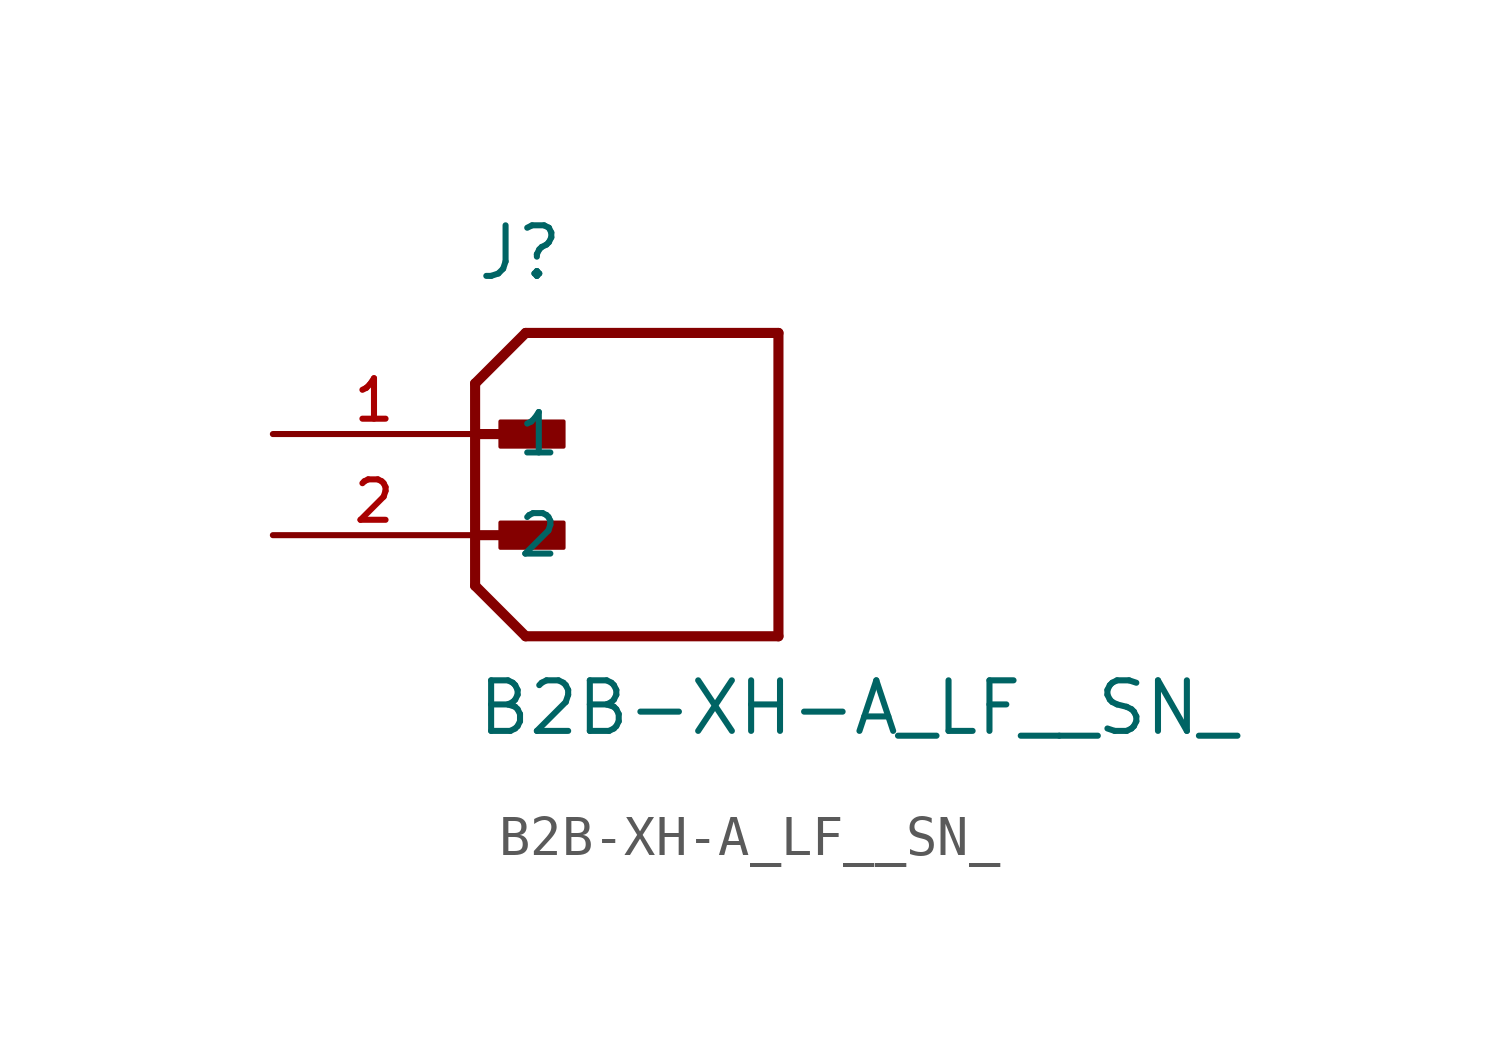
<source format=kicad_sym>
(kicad_symbol_lib
  (version 20211014)
  (generator kicad_symbol_editor)
  (symbol "B2B-XH-A_LF__SN_"
    (pin_names
      (offset 1.016))
    (property "Reference" "J"
      (at 0.0 6.35 0)
      (effects (font (size 1.27 1.27)) (justify bottom left)))
    (property "Value" "B2B-XH-A_LF__SN_"
      (at 0.0 -5.08 0)
      (effects (font (size 1.27 1.27)) (justify bottom left)))
    (symbol "B2B-XH-A_LF__SN__0_0"
      (polyline (pts (xy 0.0 3.81) (xy 1.27 5.08)) (stroke (width 0.254)))
      (polyline (pts (xy 0.0 3.81) (xy 0.0 2.54)) (stroke (width 0.254)))
      (polyline (pts (xy 0.0 2.54) (xy 0.0 -1.27)) (stroke (width 0.254)))
      (polyline (pts (xy 0.0 -1.27) (xy 1.27 -2.54)) (stroke (width 0.254)))
      (polyline (pts (xy 1.27 -2.54) (xy 7.62 -2.54)) (stroke (width 0.254)))
      (polyline (pts (xy 7.62 -2.54) (xy 7.62 5.08)) (stroke (width 0.254)))
      (polyline (pts (xy 7.62 5.08) (xy 1.27 5.08)) (stroke (width 0.254)))
      (polyline (pts (xy 0.0 2.54) (xy 1.905 2.54)) (stroke (width 0.254)))
      (rectangle (start 0.635 2.223) (end 2.223 2.857) (stroke (width 0.1)) (fill (type outline)))
      (polyline (pts (xy 0.0 0.0) (xy 1.905 0.0)) (stroke (width 0.254)))
      (rectangle (start 0.635 -0.318) (end 2.223 0.318) (stroke (width 0.1)) (fill (type outline)))
      (pin passive line (at -5.08 2.54 0) (length 5.08) (name "1" (effects (font (size 1.016 1.016)))) (number "1" (effects (font (size 1.016 1.016)))))
      (pin passive line (at -5.08 0.0 0) (length 5.08) (name "2" (effects (font (size 1.016 1.016)))) (number "2" (effects (font (size 1.016 1.016))))))))
</source>
